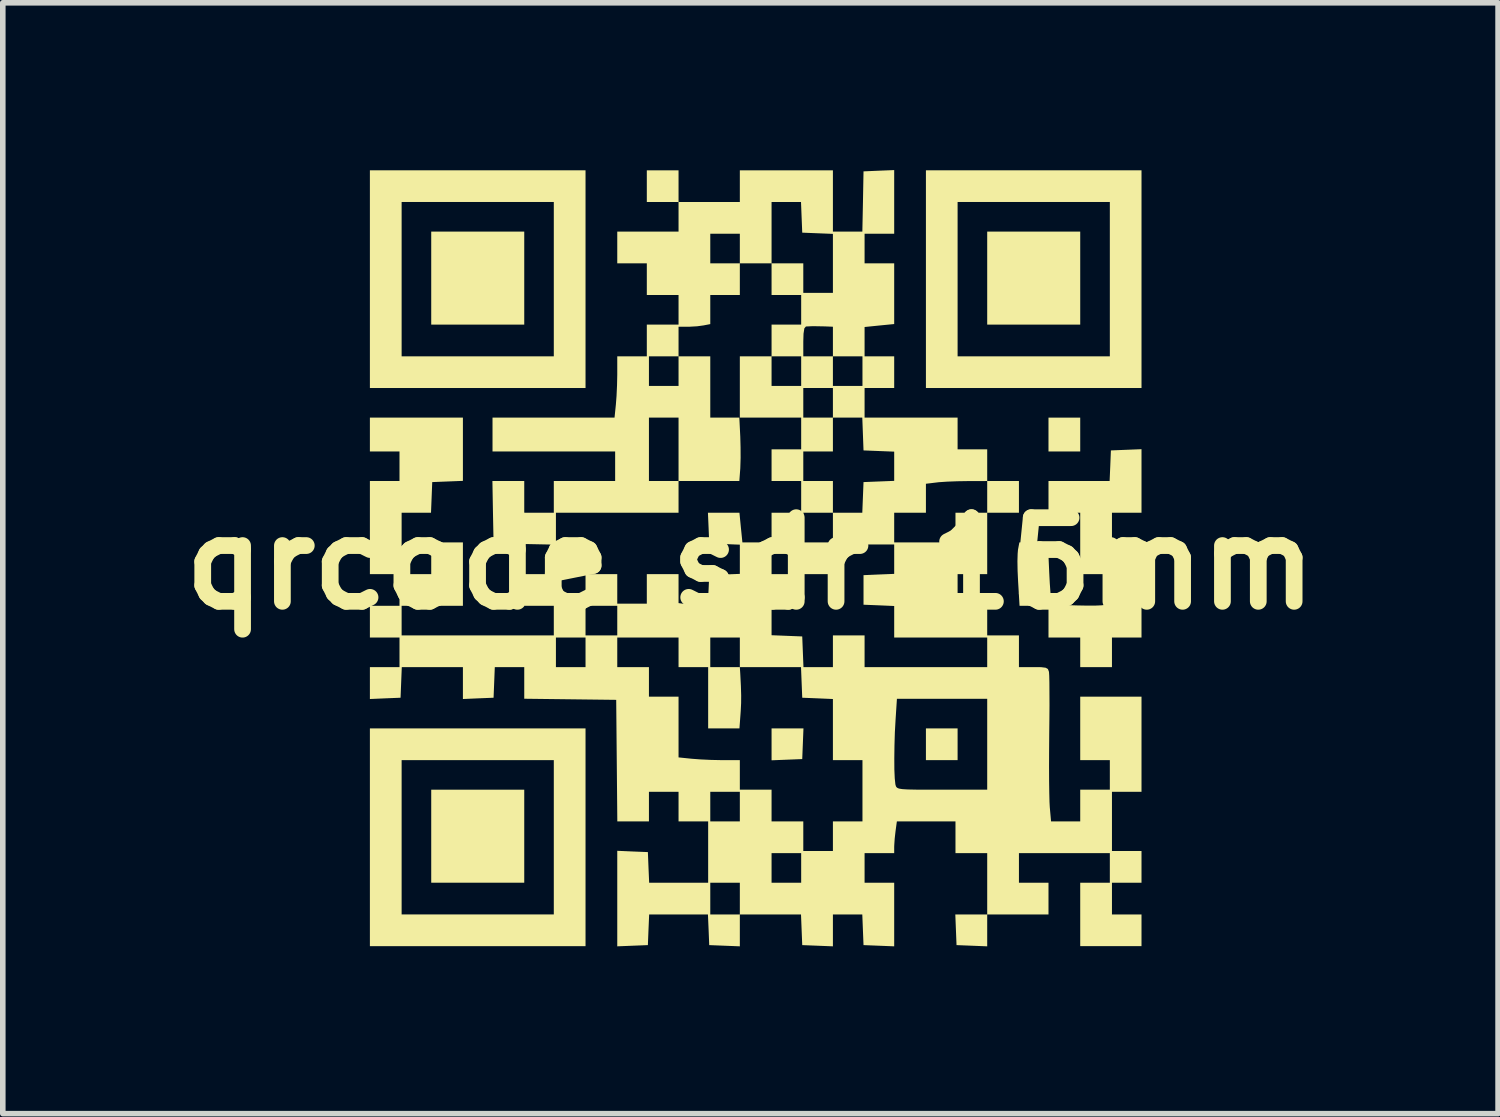
<source format=kicad_pcb>
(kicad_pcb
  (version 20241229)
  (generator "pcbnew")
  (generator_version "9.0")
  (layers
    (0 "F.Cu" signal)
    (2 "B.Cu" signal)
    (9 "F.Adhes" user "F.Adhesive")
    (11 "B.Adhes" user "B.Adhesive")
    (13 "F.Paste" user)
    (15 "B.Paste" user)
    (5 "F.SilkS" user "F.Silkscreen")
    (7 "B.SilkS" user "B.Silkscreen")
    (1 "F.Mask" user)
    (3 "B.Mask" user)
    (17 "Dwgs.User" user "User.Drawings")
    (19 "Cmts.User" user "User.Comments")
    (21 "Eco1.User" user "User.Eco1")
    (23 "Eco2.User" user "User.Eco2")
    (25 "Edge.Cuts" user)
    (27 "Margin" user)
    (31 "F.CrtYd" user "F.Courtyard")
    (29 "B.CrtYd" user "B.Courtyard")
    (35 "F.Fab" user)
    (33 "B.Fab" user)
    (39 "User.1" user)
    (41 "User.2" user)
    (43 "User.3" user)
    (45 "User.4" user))
  (footprint "qrcode sdr 15mm"
    (layer "F.Cu")
    (at 10.407 7.055)
    (property "Reference" "qrcode sdr 15mm" (at 0 0 0) (layer "F.SilkS") (effects (font (size 1.5 1.5) (thickness 0.3))))
    (attr board_only exclude_from_pos_files exclude_from_bom)
    (fp_poly (pts (xy -4.056 -5.118) (xy -4.056 -4.284) (xy -4.89 -4.284) (xy -5.724 -4.284) (xy -5.724 -5.118) (xy -5.724 -5.952) (xy -4.89 -5.952) (xy -4.056 -5.952)) (stroke (width 0) (type solid)) (fill yes) (layer "F.SilkS"))
    (fp_poly (pts (xy -4.056 4.89) (xy -4.056 5.724) (xy -4.89 5.724) (xy -5.724 5.724) (xy -5.724 4.89) (xy -5.724 4.056) (xy -4.89 4.056) (xy -4.056 4.056)) (stroke (width 0) (type solid)) (fill yes) (layer "F.SilkS"))
    (fp_poly (pts (xy 0.94 3.232) (xy 0.929 3.507) (xy 0.654 3.518) (xy 0.379 3.529) (xy 0.379 3.243) (xy 0.379 2.957) (xy 0.665 2.957) (xy 0.951 2.957)) (stroke (width 0) (type solid)) (fill yes) (layer "F.SilkS"))
    (fp_poly (pts (xy 3.715 3.241) (xy 3.715 3.526) (xy 3.431 3.526) (xy 3.147 3.526) (xy 3.147 3.241) (xy 3.147 2.957) (xy 3.431 2.957) (xy 3.715 2.957)) (stroke (width 0) (type solid)) (fill yes) (layer "F.SilkS"))
    (fp_poly (pts (xy 5.914 -5.118) (xy 5.914 -4.284) (xy 5.08 -4.284) (xy 4.246 -4.284) (xy 4.246 -5.118) (xy 4.246 -5.952) (xy 5.08 -5.952) (xy 5.914 -5.952)) (stroke (width 0) (type solid)) (fill yes) (layer "F.SilkS"))
    (fp_poly (pts (xy 5.914 -2.313) (xy 5.914 -2.009) (xy 5.63 -2.009) (xy 5.345 -2.009) (xy 5.345 -2.313) (xy 5.345 -2.616) (xy 5.63 -2.616) (xy 5.914 -2.616)) (stroke (width 0) (type solid)) (fill yes) (layer "F.SilkS"))
    (fp_poly (pts (xy -2.957 -5.099) (xy -2.957 -3.147) (xy -4.89 -3.147) (xy -6.824 -3.147) (xy -6.824 -5.099) (xy -6.824 -6.483) (xy -6.255 -6.483) (xy -6.255 -5.099) (xy -6.255 -3.715) (xy -4.89 -3.715) (xy -3.526 -3.715) (xy -3.526 -5.099) (xy -3.526 -6.483) (xy -4.89 -6.483) (xy -6.255 -6.483) (xy -6.824 -6.483) (xy -6.824 -7.051) (xy -4.89 -7.051) (xy -2.957 -7.051)) (stroke (width 0) (type solid)) (fill yes) (layer "F.SilkS"))
    (fp_poly (pts (xy -2.957 4.909) (xy -2.957 6.862) (xy -4.89 6.862) (xy -6.824 6.862) (xy -6.824 4.909) (xy -6.824 3.526) (xy -6.255 3.526) (xy -6.255 4.909) (xy -6.255 6.293) (xy -4.89 6.293) (xy -3.526 6.293) (xy -3.526 4.909) (xy -3.526 3.526) (xy -4.89 3.526) (xy -6.255 3.526) (xy -6.824 3.526) (xy -6.824 2.957) (xy -4.89 2.957) (xy -2.957 2.957)) (stroke (width 0) (type solid)) (fill yes) (layer "F.SilkS"))
    (fp_poly (pts (xy 7.013 -5.099) (xy 7.013 -3.147) (xy 5.08 -3.147) (xy 3.147 -3.147) (xy 3.147 -5.099) (xy 3.147 -6.483) (xy 3.715 -6.483) (xy 3.715 -5.099) (xy 3.715 -3.715) (xy 5.08 -3.715) (xy 6.445 -3.715) (xy 6.445 -5.099) (xy 6.445 -6.483) (xy 5.08 -6.483) (xy 3.715 -6.483) (xy 3.147 -6.483) (xy 3.147 -7.051) (xy 5.08 -7.051) (xy 7.013 -7.051)) (stroke (width 0) (type solid)) (fill yes) (layer "F.SilkS"))
    (fp_poly (pts (xy 7.013 -1.48) (xy 7.013 -0.91) (xy 6.748 -0.91) (xy 6.483 -0.91) (xy 6.483 -0.644) (xy 6.483 -0.379) (xy 6.748 -0.379) (xy 7.013 -0.379) (xy 7.013 0.474) (xy 7.013 1.327) (xy 6.748 1.327) (xy 6.483 1.327) (xy 6.483 1.592) (xy 6.483 1.858) (xy 6.198 1.858) (xy 5.914 1.858) (xy 5.914 1.592) (xy 5.914 1.327) (xy 5.63 1.327) (xy 5.345 1.327) (xy 5.345 1.043) (xy 5.345 0.758) (xy 5.086 0.758) (xy 4.826 0.758) (xy 4.8 0.322) (xy 4.791 0.133) (xy 4.788 -0.041) (xy 4.792 -0.177) (xy 4.798 -0.247) (xy 4.823 -0.379) (xy 5.078 -0.379) (xy 5.334 -0.379) (xy 5.358 0.158) (xy 5.368 0.352) (xy 5.38 0.518) (xy 5.391 0.641) (xy 5.401 0.709) (xy 5.404 0.716) (xy 5.452 0.728) (xy 5.556 0.738) (xy 5.7 0.747) (xy 5.864 0.752) (xy 6.03 0.755) (xy 6.18 0.755) (xy 6.295 0.75) (xy 6.35 0.743) (xy 6.4 0.725) (xy 6.428 0.692) (xy 6.441 0.625) (xy 6.445 0.506) (xy 6.445 0.454) (xy 6.445 0.19) (xy 6.179 0.19) (xy 5.914 0.19) (xy 5.914 -0.36) (xy 5.914 -0.91) (xy 5.63 -0.91) (xy 5.345 -0.91) (xy 5.345 -1.194) (xy 5.345 -1.479) (xy 5.893 -1.479) (xy 6.441 -1.479) (xy 6.453 -1.753) (xy 6.464 -2.028) (xy 6.739 -2.039) (xy 7.013 -2.05)) (stroke (width 0) (type solid)) (fill yes) (layer "F.SilkS"))
    (fp_poly (pts (xy 2.578 -6.484) (xy 2.578 -5.914) (xy 2.313 -5.914) (xy 2.047 -5.914) (xy 2.047 -5.649) (xy 2.047 -5.383) (xy 2.313 -5.383) (xy 2.578 -5.383) (xy 2.578 -4.838) (xy 2.578 -4.294) (xy 2.313 -4.268) (xy 2.047 -4.241) (xy 2.047 -3.978) (xy 2.047 -3.715) (xy 2.313 -3.715) (xy 2.578 -3.715) (xy 2.578 -3.431) (xy 2.578 -3.147) (xy 2.313 -3.147) (xy 2.047 -3.147) (xy 2.047 -2.881) (xy 2.047 -2.616) (xy 2.881 -2.616) (xy 3.715 -2.616) (xy 3.715 -2.331) (xy 3.715 -2.047) (xy 3.981 -2.047) (xy 4.246 -2.047) (xy 4.246 -1.763) (xy 4.246 -1.479) (xy 4.53 -1.479) (xy 4.815 -1.479) (xy 4.815 -1.194) (xy 4.815 -0.91) (xy 4.53 -0.91) (xy 4.246 -0.91) (xy 4.246 -0.36) (xy 4.246 0.19) (xy 3.981 0.19) (xy 3.715 0.19) (xy 3.715 0.45) (xy 3.715 0.71) (xy 3.857 0.734) (xy 3.991 0.75) (xy 4.118 0.758) (xy 4.123 0.758) (xy 4.246 0.758) (xy 4.246 1.024) (xy 4.246 1.289) (xy 4.53 1.289) (xy 4.815 1.289) (xy 4.815 1.573) (xy 4.815 1.858) (xy 5.076 1.858) (xy 5.214 1.859) (xy 5.294 1.869) (xy 5.334 1.892) (xy 5.351 1.934) (xy 5.354 1.949) (xy 5.358 2.01) (xy 5.361 2.136) (xy 5.362 2.316) (xy 5.363 2.539) (xy 5.361 2.795) (xy 5.358 3.072) (xy 5.358 3.077) (xy 5.356 3.365) (xy 5.355 3.642) (xy 5.356 3.895) (xy 5.359 4.11) (xy 5.363 4.275) (xy 5.368 4.369) (xy 5.391 4.625) (xy 5.653 4.625) (xy 5.914 4.625) (xy 5.914 4.341) (xy 5.914 4.056) (xy 6.179 4.056) (xy 6.445 4.056) (xy 6.445 3.791) (xy 6.445 3.526) (xy 6.179 3.526) (xy 5.914 3.526) (xy 5.914 2.957) (xy 5.914 2.388) (xy 6.464 2.388) (xy 7.013 2.388) (xy 7.013 3.241) (xy 7.013 4.094) (xy 6.748 4.094) (xy 6.483 4.094) (xy 6.483 4.625) (xy 6.483 5.156) (xy 6.748 5.156) (xy 7.013 5.156) (xy 7.013 5.44) (xy 7.013 5.724) (xy 6.748 5.724) (xy 6.483 5.724) (xy 6.483 6.009) (xy 6.483 6.293) (xy 6.748 6.293) (xy 7.013 6.293) (xy 7.013 6.577) (xy 7.013 6.862) (xy 6.464 6.862) (xy 5.914 6.862) (xy 5.914 6.293) (xy 5.914 5.724) (xy 6.179 5.724) (xy 6.445 5.724) (xy 6.445 5.459) (xy 6.445 5.194) (xy 5.63 5.194) (xy 4.815 5.194) (xy 4.815 5.459) (xy 4.815 5.724) (xy 5.08 5.724) (xy 5.345 5.724) (xy 5.345 6.009) (xy 5.345 6.293) (xy 4.796 6.293) (xy 4.246 6.293) (xy 4.246 6.579) (xy 4.246 6.865) (xy 3.971 6.854) (xy 3.696 6.843) (xy 3.685 6.568) (xy 3.674 6.293) (xy 3.96 6.293) (xy 4.246 6.293) (xy 4.246 5.743) (xy 4.246 5.194) (xy 3.962 5.194) (xy 3.677 5.194) (xy 3.677 4.909) (xy 3.677 4.625) (xy 3.152 4.625) (xy 2.626 4.625) (xy 2.602 4.801) (xy 2.587 4.934) (xy 2.579 5.055) (xy 2.578 5.085) (xy 2.578 5.194) (xy 2.313 5.194) (xy 2.047 5.194) (xy 2.047 5.459) (xy 2.047 5.724) (xy 2.313 5.724) (xy 2.578 5.724) (xy 2.578 6.295) (xy 2.578 6.865) (xy 2.303 6.854) (xy 2.028 6.843) (xy 2.017 6.568) (xy 2.006 6.293) (xy 1.742 6.293) (xy 1.479 6.293) (xy 1.479 6.579) (xy 1.479 6.865) (xy 1.204 6.854) (xy 0.929 6.843) (xy 0.918 6.568) (xy 0.907 6.293) (xy 0.358 6.293) (xy -0.19 6.293) (xy -0.19 6.579) (xy -0.19 6.865) (xy -0.464 6.854) (xy -0.739 6.843) (xy -0.75 6.568) (xy -0.762 6.293) (xy -1.289 6.293) (xy -1.816 6.293) (xy -1.828 6.568) (xy -1.839 6.843) (xy -2.114 6.854) (xy -2.388 6.865) (xy -2.388 6.009) (xy -2.388 5.152) (xy -2.114 5.164) (xy -1.839 5.175) (xy -1.828 5.45) (xy -1.816 5.724) (xy -1.287 5.724) (xy -0.758 5.724) (xy -0.72 5.724) (xy -0.72 6.009) (xy -0.72 6.293) (xy -0.455 6.293) (xy -0.19 6.293) (xy -0.19 6.009) (xy -0.19 5.724) (xy -0.455 5.724) (xy -0.72 5.724) (xy -0.758 5.724) (xy -0.758 5.194) (xy 0.379 5.194) (xy 0.379 5.459) (xy 0.379 5.724) (xy 0.644 5.724) (xy 0.91 5.724) (xy 0.91 5.459) (xy 0.91 5.194) (xy 0.644 5.194) (xy 0.379 5.194) (xy -0.758 5.194) (xy -0.758 5.175) (xy -0.758 4.625) (xy -1.024 4.625) (xy -1.289 4.625) (xy -1.289 4.36) (xy -1.289 4.094) (xy -0.72 4.094) (xy -0.72 4.36) (xy -0.72 4.625) (xy -0.455 4.625) (xy -0.19 4.625) (xy -0.19 4.36) (xy -0.19 4.094) (xy -0.455 4.094) (xy -0.72 4.094) (xy -1.289 4.094) (xy -1.554 4.094) (xy -1.82 4.094) (xy -1.82 4.36) (xy -1.82 4.625) (xy -2.103 4.625) (xy -2.387 4.625) (xy -2.397 3.535) (xy -2.407 2.445) (xy -3.232 2.435) (xy -4.056 2.425) (xy -4.056 2.141) (xy -4.056 1.858) (xy -4.32 1.858) (xy -4.584 1.858) (xy -4.595 2.132) (xy -4.606 2.407) (xy -4.881 2.418) (xy -5.156 2.43) (xy -5.156 2.144) (xy -5.156 1.858) (xy -5.704 1.858) (xy -6.252 1.858) (xy -6.263 2.132) (xy -6.274 2.407) (xy -6.549 2.418) (xy -6.824 2.43) (xy -6.824 2.144) (xy -6.824 1.858) (xy -6.559 1.858) (xy -6.293 1.858) (xy -6.293 1.592) (xy -6.293 1.327) (xy -3.488 1.327) (xy -3.488 1.592) (xy -3.488 1.858) (xy -3.222 1.858) (xy -2.957 1.858) (xy -2.957 1.592) (xy -2.957 1.327) (xy -2.388 1.327) (xy -2.388 1.592) (xy -2.388 1.858) (xy -2.104 1.858) (xy -1.82 1.858) (xy -1.82 2.123) (xy -1.82 2.388) (xy -1.554 2.388) (xy -1.289 2.388) (xy -1.289 2.933) (xy -1.289 3.477) (xy -1.056 3.501) (xy -0.899 3.513) (xy -0.707 3.522) (xy -0.519 3.526) (xy -0.506 3.526) (xy -0.19 3.526) (xy -0.19 3.791) (xy -0.19 4.056) (xy 0.095 4.056) (xy 0.379 4.056) (xy 0.379 4.341) (xy 0.379 4.625) (xy 0.663 4.625) (xy 0.948 4.625) (xy 0.948 4.89) (xy 0.948 5.156) (xy 1.213 5.156) (xy 1.479 5.156) (xy 1.479 4.89) (xy 1.479 4.625) (xy 1.744 4.625) (xy 2.009 4.625) (xy 2.009 4.075) (xy 2.009 3.526) (xy 1.744 3.526) (xy 1.479 3.526) (xy 1.479 3.491) (xy 2.58 3.491) (xy 2.581 3.693) (xy 2.588 3.853) (xy 2.599 3.957) (xy 2.602 3.971) (xy 2.611 3.999) (xy 2.628 4.02) (xy 2.663 4.036) (xy 2.724 4.046) (xy 2.823 4.052) (xy 2.969 4.055) (xy 3.17 4.056) (xy 3.435 4.056) (xy 4.246 4.056) (xy 4.246 3.241) (xy 4.246 2.426) (xy 3.437 2.426) (xy 2.627 2.426) (xy 2.603 2.796) (xy 2.59 3.027) (xy 2.583 3.264) (xy 2.58 3.491) (xy 1.479 3.491) (xy 1.479 2.978) (xy 1.479 2.43) (xy 1.204 2.418) (xy 0.929 2.407) (xy 0.918 2.132) (xy 0.907 1.858) (xy 0.358 1.858) (xy -0.19 1.858) (xy -0.182 1.981) (xy -0.171 2.197) (xy -0.166 2.363) (xy -0.167 2.504) (xy -0.174 2.645) (xy -0.178 2.701) (xy -0.197 2.957) (xy -0.478 2.957) (xy -0.758 2.957) (xy -0.758 2.407) (xy -0.758 1.858) (xy -1.024 1.858) (xy -1.289 1.858) (xy -1.289 1.592) (xy -1.289 1.327) (xy -0.72 1.327) (xy -0.72 1.592) (xy -0.72 1.858) (xy -0.455 1.858) (xy -0.19 1.858) (xy -0.19 1.592) (xy -0.19 1.327) (xy -0.455 1.327) (xy -0.72 1.327) (xy -1.289 1.327) (xy -1.839 1.327) (xy -2.388 1.327) (xy -2.957 1.327) (xy -3.222 1.327) (xy -3.488 1.327) (xy -6.293 1.327) (xy -6.559 1.327) (xy -6.824 1.327) (xy -6.824 1.043) (xy -6.824 0.758) (xy -6.559 0.758) (xy -6.293 0.758) (xy -6.293 0.474) (xy -6.293 0.19) (xy -6.559 0.19) (xy -6.824 0.19) (xy -6.824 -0.644) (xy -6.824 -1.479) (xy -6.559 -1.479) (xy -6.293 -1.479) (xy -6.293 -1.744) (xy -6.293 -2.009) (xy -6.559 -2.009) (xy -6.824 -2.009) (xy -6.824 -2.313) (xy -6.824 -2.616) (xy -5.99 -2.616) (xy -5.156 -2.616) (xy -5.156 -2.049) (xy -5.156 -1.482) (xy -5.431 -1.471) (xy -5.706 -1.46) (xy -5.717 -1.185) (xy -5.728 -0.91) (xy -5.992 -0.91) (xy -6.255 -0.91) (xy -6.255 -0.36) (xy -6.255 0.19) (xy -5.99 0.19) (xy -5.724 0.19) (xy -5.724 -0.095) (xy -5.724 -0.379) (xy -5.44 -0.379) (xy -5.156 -0.379) (xy -5.156 0.19) (xy -5.156 0.758) (xy -5.706 0.758) (xy -6.255 0.758) (xy -6.255 1.024) (xy -6.255 1.289) (xy -4.89 1.289) (xy -3.526 1.289) (xy -3.526 1.024) (xy -3.526 0.758) (xy -2.957 0.758) (xy -2.957 1.024) (xy -2.957 1.289) (xy -2.673 1.289) (xy -2.388 1.289) (xy -2.388 1.286) (xy 0.379 1.286) (xy 0.654 1.297) (xy 0.929 1.308) (xy 0.94 1.583) (xy 0.951 1.858) (xy 1.215 1.858) (xy 1.479 1.858) (xy 1.479 1.573) (xy 1.479 1.289) (xy 1.763 1.289) (xy 2.047 1.289) (xy 2.047 1.573) (xy 2.047 1.858) (xy 3.147 1.858) (xy 4.246 1.858) (xy 4.246 1.592) (xy 4.246 1.327) (xy 3.412 1.327) (xy 2.578 1.327) (xy 2.578 1.044) (xy 2.578 0.762) (xy 2.303 0.75) (xy 2.028 0.739) (xy 2.028 0.474) (xy 2.028 0.209) (xy 2.303 0.197) (xy 2.578 0.186) (xy 2.578 -0.077) (xy 2.578 -0.341) (xy 2.028 -0.341) (xy 1.479 -0.341) (xy 1.479 -0.076) (xy 1.479 0.19) (xy 1.215 0.19) (xy 0.951 0.19) (xy 0.94 0.464) (xy 0.929 0.739) (xy 0.654 0.75) (xy 0.379 0.762) (xy 0.379 1.024) (xy 0.379 1.286) (xy -2.388 1.286) (xy -2.388 1.024) (xy -2.388 0.758) (xy -2.673 0.758) (xy -2.957 0.758) (xy -3.526 0.758) (xy -3.791 0.758) (xy -4.056 0.758) (xy -4.056 0.478) (xy -3.488 0.478) (xy -3.486 0.624) (xy -3.478 0.709) (xy -3.46 0.744) (xy -3.431 0.744) (xy -3.428 0.743) (xy -3.357 0.73) (xy -3.242 0.722) (xy -3.162 0.72) (xy -2.957 0.72) (xy -2.957 0.455) (xy -2.957 0.19) (xy -2.673 0.19) (xy -2.388 0.19) (xy -2.388 0.455) (xy -2.388 0.72) (xy -2.123 0.72) (xy -1.858 0.72) (xy -1.858 0.455) (xy -1.858 0.19) (xy -1.573 0.19) (xy -1.289 0.19) (xy -1.289 0.45) (xy -1.289 0.71) (xy -1.147 0.729) (xy -1.014 0.737) (xy -0.888 0.731) (xy -0.883 0.73) (xy -0.818 0.718) (xy -0.781 0.692) (xy -0.762 0.636) (xy -0.754 0.531) (xy -0.75 0.46) (xy -0.739 0.209) (xy -0.464 0.197) (xy -0.19 0.186) (xy -0.19 -0.076) (xy -0.19 -0.338) (xy -0.272 -0.341) (xy 0.379 -0.341) (xy 0.379 -0.076) (xy 0.379 0.19) (xy 0.644 0.19) (xy 0.91 0.19) (xy 0.91 -0.076) (xy 0.91 -0.341) (xy 0.644 -0.341) (xy 0.379 -0.341) (xy -0.272 -0.341) (xy -0.464 -0.349) (xy -0.739 -0.36) (xy -0.75 -0.635) (xy -0.762 -0.91) (xy -0.479 -0.91) (xy -0.197 -0.91) (xy -0.171 -0.644) (xy -0.144 -0.379) (xy 0.118 -0.379) (xy 0.379 -0.379) (xy 0.948 -0.379) (xy 1.213 -0.379) (xy 1.479 -0.379) (xy 2.578 -0.379) (xy 3.128 -0.379) (xy 3.677 -0.379) (xy 3.677 -0.644) (xy 3.677 -0.91) (xy 3.962 -0.91) (xy 4.246 -0.91) (xy 4.246 -1.194) (xy 4.246 -1.479) (xy 3.895 -1.478) (xy 3.711 -1.475) (xy 3.528 -1.468) (xy 3.379 -1.458) (xy 3.346 -1.454) (xy 3.147 -1.43) (xy 3.147 -1.17) (xy 3.147 -0.91) (xy 2.862 -0.91) (xy 2.578 -0.91) (xy 2.578 -0.644) (xy 2.578 -0.379) (xy 1.479 -0.379) (xy 1.479 -0.644) (xy 1.479 -0.91) (xy 1.742 -0.91) (xy 2.006 -0.91) (xy 2.017 -1.185) (xy 2.028 -1.46) (xy 2.303 -1.471) (xy 2.578 -1.482) (xy 2.578 -1.744) (xy 2.578 -2.006) (xy 2.303 -2.017) (xy 2.028 -2.028) (xy 2.017 -2.322) (xy 2.006 -2.616) (xy 1.742 -2.616) (xy 1.479 -2.616) (xy 1.479 -2.313) (xy 1.479 -2.009) (xy 1.213 -2.009) (xy 0.948 -2.009) (xy 0.948 -1.744) (xy 0.948 -1.479) (xy 1.213 -1.479) (xy 1.479 -1.479) (xy 1.479 -1.194) (xy 1.479 -0.91) (xy 1.213 -0.91) (xy 0.948 -0.91) (xy 0.948 -0.644) (xy 0.948 -0.379) (xy 0.379 -0.379) (xy 0.379 -0.644) (xy 0.379 -0.91) (xy 0.644 -0.91) (xy 0.91 -0.91) (xy 0.91 -1.194) (xy 0.91 -1.479) (xy 0.644 -1.479) (xy 0.379 -1.479) (xy 0.379 -1.763) (xy 0.379 -2.047) (xy 0.644 -2.047) (xy 0.91 -2.047) (xy 0.91 -2.331) (xy 0.91 -2.616) (xy 0.36 -2.616) (xy -0.19 -2.616) (xy -0.19 -3.147) (xy 0.948 -3.147) (xy 0.948 -2.881) (xy 0.948 -2.616) (xy 1.213 -2.616) (xy 1.479 -2.616) (xy 1.479 -2.881) (xy 1.479 -3.147) (xy 1.213 -3.147) (xy 0.948 -3.147) (xy -0.19 -3.147) (xy -0.19 -3.166) (xy -0.19 -3.715) (xy 0.095 -3.715) (xy 0.379 -3.715) (xy 0.379 -3.45) (xy 0.379 -3.184) (xy 0.644 -3.184) (xy 0.91 -3.184) (xy 0.91 -3.45) (xy 0.91 -3.715) (xy 0.948 -3.715) (xy 1.213 -3.715) (xy 1.479 -3.715) (xy 1.479 -3.45) (xy 1.479 -3.184) (xy 1.744 -3.184) (xy 2.009 -3.184) (xy 2.009 -3.45) (xy 2.009 -3.715) (xy 1.744 -3.715) (xy 1.479 -3.715) (xy 1.479 -3.981) (xy 1.479 -4.246) (xy 1.336 -4.252) (xy 1.12 -4.256) (xy 0.995 -4.25) (xy 0.967 -4.217) (xy 0.952 -4.12) (xy 0.948 -3.981) (xy 0.948 -3.715) (xy 0.91 -3.715) (xy 0.644 -3.715) (xy 0.379 -3.715) (xy 0.379 -4) (xy 0.379 -4.284) (xy 0.644 -4.284) (xy 0.91 -4.284) (xy 0.91 -4.549) (xy 0.91 -4.815) (xy 0.644 -4.815) (xy 0.379 -4.815) (xy 0.379 -5.099) (xy 0.379 -5.383) (xy 0.663 -5.383) (xy 0.948 -5.383) (xy 0.948 -5.118) (xy 0.948 -4.853) (xy 1.213 -4.853) (xy 1.479 -4.853) (xy 1.479 -5.382) (xy 1.479 -5.911) (xy 1.204 -5.922) (xy 0.929 -5.933) (xy 0.918 -6.208) (xy 0.907 -6.483) (xy 0.643 -6.483) (xy 0.379 -6.483) (xy 0.379 -5.933) (xy 0.379 -5.383) (xy 0.095 -5.383) (xy -0.19 -5.383) (xy -0.19 -5.649) (xy -0.19 -5.914) (xy -0.455 -5.914) (xy -0.72 -5.914) (xy -0.72 -5.649) (xy -0.72 -5.383) (xy -0.455 -5.383) (xy -0.19 -5.383) (xy -0.19 -5.099) (xy -0.19 -4.815) (xy -0.455 -4.815) (xy -0.72 -4.815) (xy -0.72 -4.554) (xy -0.72 -4.293) (xy -0.839 -4.27) (xy -0.955 -4.254) (xy -1.094 -4.246) (xy -1.123 -4.246) (xy -1.289 -4.246) (xy -1.289 -3.981) (xy -1.289 -3.715) (xy -1.554 -3.715) (xy -1.82 -3.715) (xy -1.82 -3.45) (xy -1.82 -3.184) (xy -1.554 -3.184) (xy -1.289 -3.184) (xy -1.289 -3.45) (xy -1.289 -3.715) (xy -1.005 -3.715) (xy -0.72 -3.715) (xy -0.72 -3.166) (xy -0.72 -2.616) (xy -0.46 -2.616) (xy -0.199 -2.616) (xy -0.182 -2.273) (xy -0.177 -2.084) (xy -0.176 -1.893) (xy -0.181 -1.733) (xy -0.182 -1.704) (xy -0.199 -1.479) (xy -0.744 -1.479) (xy -1.289 -1.479) (xy -1.289 -2.047) (xy -1.289 -2.616) (xy -1.554 -2.616) (xy -1.82 -2.616) (xy -1.82 -2.047) (xy -1.82 -1.479) (xy -1.554 -1.479) (xy -1.289 -1.479) (xy -1.289 -1.194) (xy -1.289 -0.91) (xy -2.388 -0.91) (xy -3.488 -0.91) (xy -3.488 -0.644) (xy -3.488 -0.379) (xy -3.222 -0.379) (xy -2.957 -0.379) (xy -2.957 -0.095) (xy -2.957 0.19) (xy -3.222 0.19) (xy -3.488 0.19) (xy -3.488 0.478) (xy -4.056 0.478) (xy -4.056 0.474) (xy -4.056 0.19) (xy -3.791 0.19) (xy -3.526 0.19) (xy -3.526 -0.075) (xy -3.526 -0.339) (xy -4.066 -0.35) (xy -4.606 -0.36) (xy -4.617 -0.919) (xy -4.627 -1.479) (xy -4.342 -1.479) (xy -4.056 -1.479) (xy -4.056 -1.194) (xy -4.056 -0.91) (xy -3.791 -0.91) (xy -3.526 -0.91) (xy -3.526 -1.194) (xy -3.526 -1.479) (xy -2.976 -1.479) (xy -2.426 -1.479) (xy -2.426 -1.744) (xy -2.426 -2.009) (xy -3.526 -2.009) (xy -4.625 -2.009) (xy -4.625 -2.313) (xy -4.625 -2.616) (xy -3.531 -2.616) (xy -2.437 -2.616) (xy -2.413 -2.849) (xy -2.401 -3.005) (xy -2.392 -3.198) (xy -2.388 -3.386) (xy -2.388 -3.399) (xy -2.388 -3.715) (xy -2.123 -3.715) (xy -1.858 -3.715) (xy -1.858 -4) (xy -1.858 -4.284) (xy -1.573 -4.284) (xy -1.289 -4.284) (xy -1.289 -4.549) (xy -1.289 -4.815) (xy -1.573 -4.815) (xy -1.858 -4.815) (xy -1.858 -5.099) (xy -1.858 -5.383) (xy -2.123 -5.383) (xy -2.388 -5.383) (xy -2.388 -5.668) (xy -2.388 -5.952) (xy -1.839 -5.952) (xy -1.289 -5.952) (xy -1.289 -6.217) (xy -1.289 -6.483) (xy -1.573 -6.483) (xy -1.858 -6.483) (xy -1.858 -6.767) (xy -1.858 -7.051) (xy -1.573 -7.051) (xy -1.289 -7.051) (xy -1.289 -6.767) (xy -1.289 -6.483) (xy -0.739 -6.483) (xy -0.19 -6.483) (xy -0.19 -6.767) (xy -0.19 -7.051) (xy 0.644 -7.051) (xy 1.479 -7.051) (xy 1.479 -6.502) (xy 1.479 -5.952) (xy 1.743 -5.952) (xy 2.007 -5.952) (xy 2.018 -6.492) (xy 2.028 -7.032) (xy 2.303 -7.044) (xy 2.578 -7.055)) (stroke (width 0) (type solid)) (fill yes) (layer "F.SilkS")))
  (gr_rect
    (start -3 -3)
    (end 23.814 16.92)
    (stroke (width 0.1) (type default))
    (fill no)
    (layer "Edge.Cuts")))
</source>
